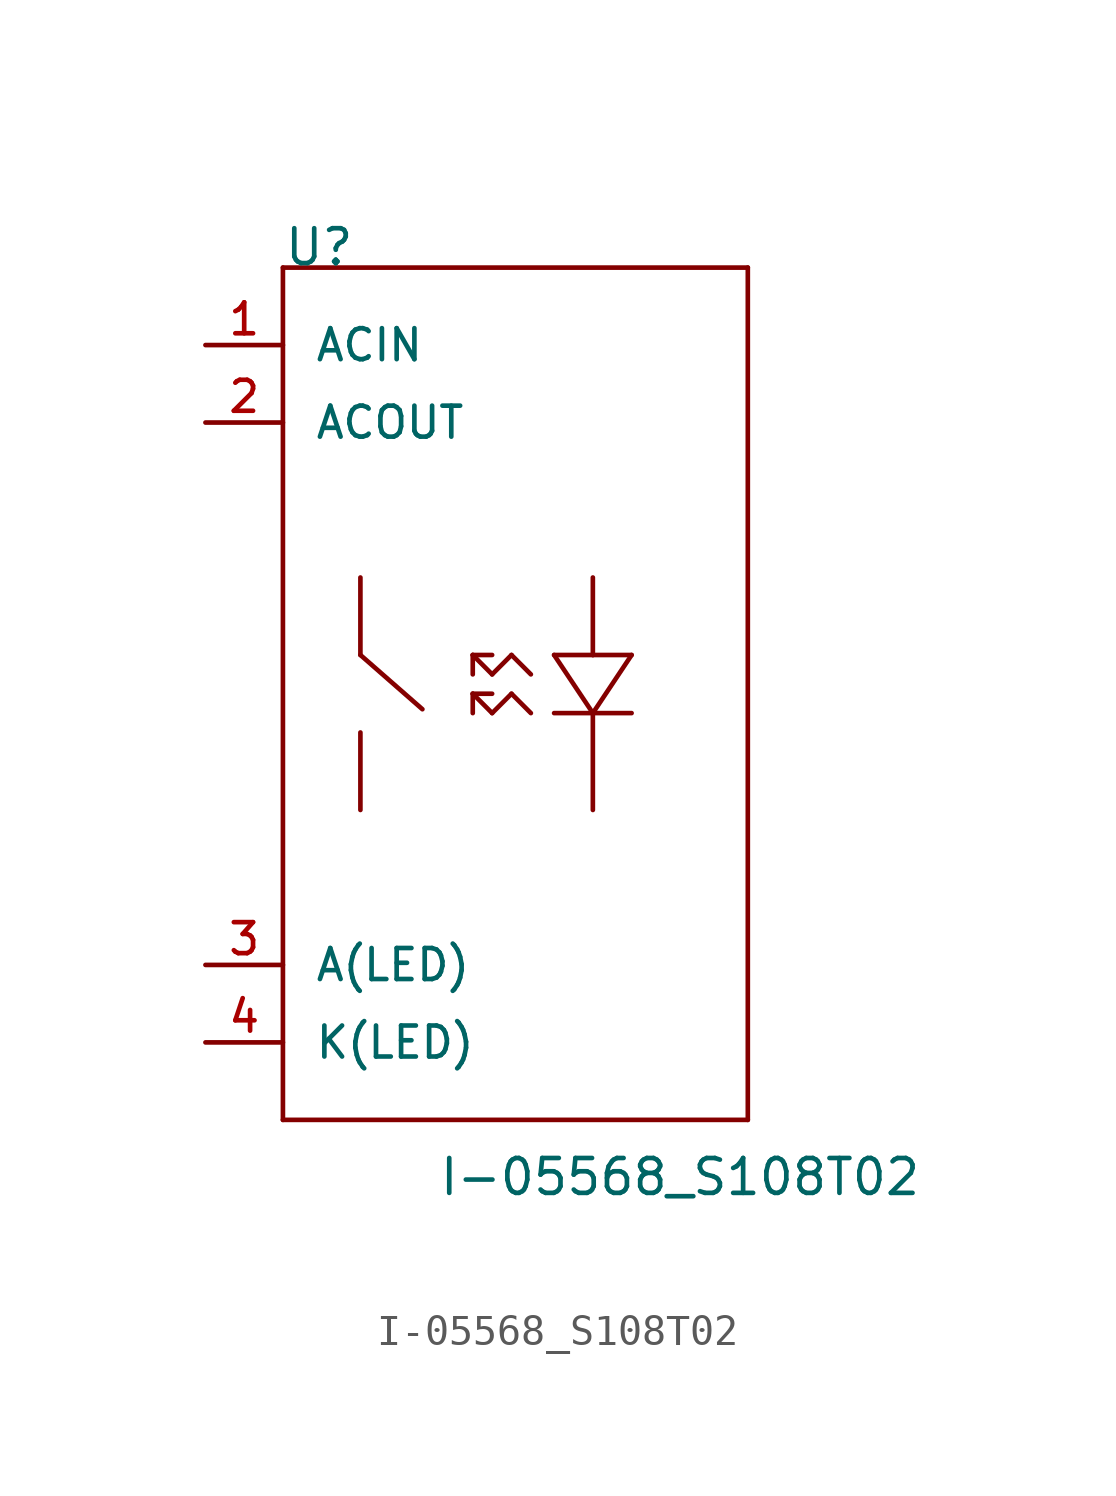
<source format=kicad_sym>
(kicad_symbol_lib
  (version 20211014)
  (generator kicad_symbol_editor)
  (symbol "I-05568_S108T02"
    (pin_names
      (offset 1.016))
    (property "Reference" "U"
      (at 0 12.7 0)
      (effects (font (size 1.143 1.143)) (justify left bottom)))
    (property "Value" "I-05568_S108T02"
      (at 5.08 -17.78 0)
      (effects (font (size 1.143 1.143)) (justify left bottom)))
    (property "ki_locked" ""
      (at 0 0 0)
      (effects (font (size 1.27 1.27))))
    (symbol "I-05568_S108T02_1_0"
      (polyline (pts (xy 0 -15.24) (xy 0 12.7)) (stroke (width 0) (type default) (color 0 0 0 0)) (fill (type none)))
      (polyline (pts (xy 0 12.7) (xy 15.24 12.7)) (stroke (width 0) (type default) (color 0 0 0 0)) (fill (type none)))
      (polyline (pts (xy 2.54 -2.54) (xy 2.54 -5.08)) (stroke (width 0) (type default) (color 0 0 0 0)) (fill (type none)))
      (polyline (pts (xy 2.54 0) (xy 2.54 2.54)) (stroke (width 0) (type default) (color 0 0 0 0)) (fill (type none)))
      (polyline (pts (xy 2.54 0) (xy 4.572 -1.778)) (stroke (width 0) (type default) (color 0 0 0 0)) (fill (type none)))
      (polyline (pts (xy 6.223 -1.27) (xy 6.223 -1.905)) (stroke (width 0) (type default) (color 0 0 0 0)) (fill (type none)))
      (polyline (pts (xy 6.223 -1.27) (xy 6.858 -1.27)) (stroke (width 0) (type default) (color 0 0 0 0)) (fill (type none)))
      (polyline (pts (xy 6.223 0) (xy 6.223 -0.635)) (stroke (width 0) (type default) (color 0 0 0 0)) (fill (type none)))
      (polyline (pts (xy 6.223 0) (xy 6.858 0)) (stroke (width 0) (type default) (color 0 0 0 0)) (fill (type none)))
      (polyline (pts (xy 6.858 -1.905) (xy 6.223 -1.27)) (stroke (width 0) (type default) (color 0 0 0 0)) (fill (type none)))
      (polyline (pts (xy 6.858 -0.635) (xy 6.223 0)) (stroke (width 0) (type default) (color 0 0 0 0)) (fill (type none)))
      (polyline (pts (xy 7.493 -1.27) (xy 6.858 -1.905)) (stroke (width 0) (type default) (color 0 0 0 0)) (fill (type none)))
      (polyline (pts (xy 7.493 0) (xy 6.858 -0.635)) (stroke (width 0) (type default) (color 0 0 0 0)) (fill (type none)))
      (polyline (pts (xy 8.128 -1.905) (xy 7.493 -1.27)) (stroke (width 0) (type default) (color 0 0 0 0)) (fill (type none)))
      (polyline (pts (xy 8.128 -0.635) (xy 7.493 0)) (stroke (width 0) (type default) (color 0 0 0 0)) (fill (type none)))
      (polyline (pts (xy 8.89 -1.905) (xy 10.16 -1.905)) (stroke (width 0) (type default) (color 0 0 0 0)) (fill (type none)))
      (polyline (pts (xy 8.89 0) (xy 10.16 0)) (stroke (width 0) (type default) (color 0 0 0 0)) (fill (type none)))
      (polyline (pts (xy 10.16 -1.905) (xy 8.89 0)) (stroke (width 0) (type default) (color 0 0 0 0)) (fill (type none)))
      (polyline (pts (xy 10.16 -1.905) (xy 10.16 -5.08)) (stroke (width 0) (type default) (color 0 0 0 0)) (fill (type none)))
      (polyline (pts (xy 10.16 -1.905) (xy 11.43 -1.905)) (stroke (width 0) (type default) (color 0 0 0 0)) (fill (type none)))
      (polyline (pts (xy 10.16 0) (xy 10.16 2.54)) (stroke (width 0) (type default) (color 0 0 0 0)) (fill (type none)))
      (polyline (pts (xy 10.16 0) (xy 11.43 0)) (stroke (width 0) (type default) (color 0 0 0 0)) (fill (type none)))
      (polyline (pts (xy 11.43 0) (xy 10.16 -1.905)) (stroke (width 0) (type default) (color 0 0 0 0)) (fill (type none)))
      (polyline (pts (xy 15.24 -15.24) (xy 0 -15.24)) (stroke (width 0) (type default) (color 0 0 0 0)) (fill (type none)))
      (polyline (pts (xy 15.24 12.7) (xy 15.24 -15.24)) (stroke (width 0) (type default) (color 0 0 0 0)) (fill (type none))))
    (symbol "I-05568_S108T02_1_1"
      (pin bidirectional line (at -2.54 10.16 0) (length 2.54) (name "ACIN" (effects (font (size 1.016 1.016)))) (number "1" (effects (font (size 1.016 1.016)))))
      (pin bidirectional line (at -2.54 7.62 0) (length 2.54) (name "ACOUT" (effects (font (size 1.016 1.016)))) (number "2" (effects (font (size 1.016 1.016)))))
      (pin bidirectional line (at -2.54 -10.16 0) (length 2.54) (name "A(LED)" (effects (font (size 1.016 1.016)))) (number "3" (effects (font (size 1.016 1.016)))))
      (pin bidirectional line (at -2.54 -12.7 0) (length 2.54) (name "K(LED)" (effects (font (size 1.016 1.016)))) (number "4" (effects (font (size 1.016 1.016))))))))
</source>
